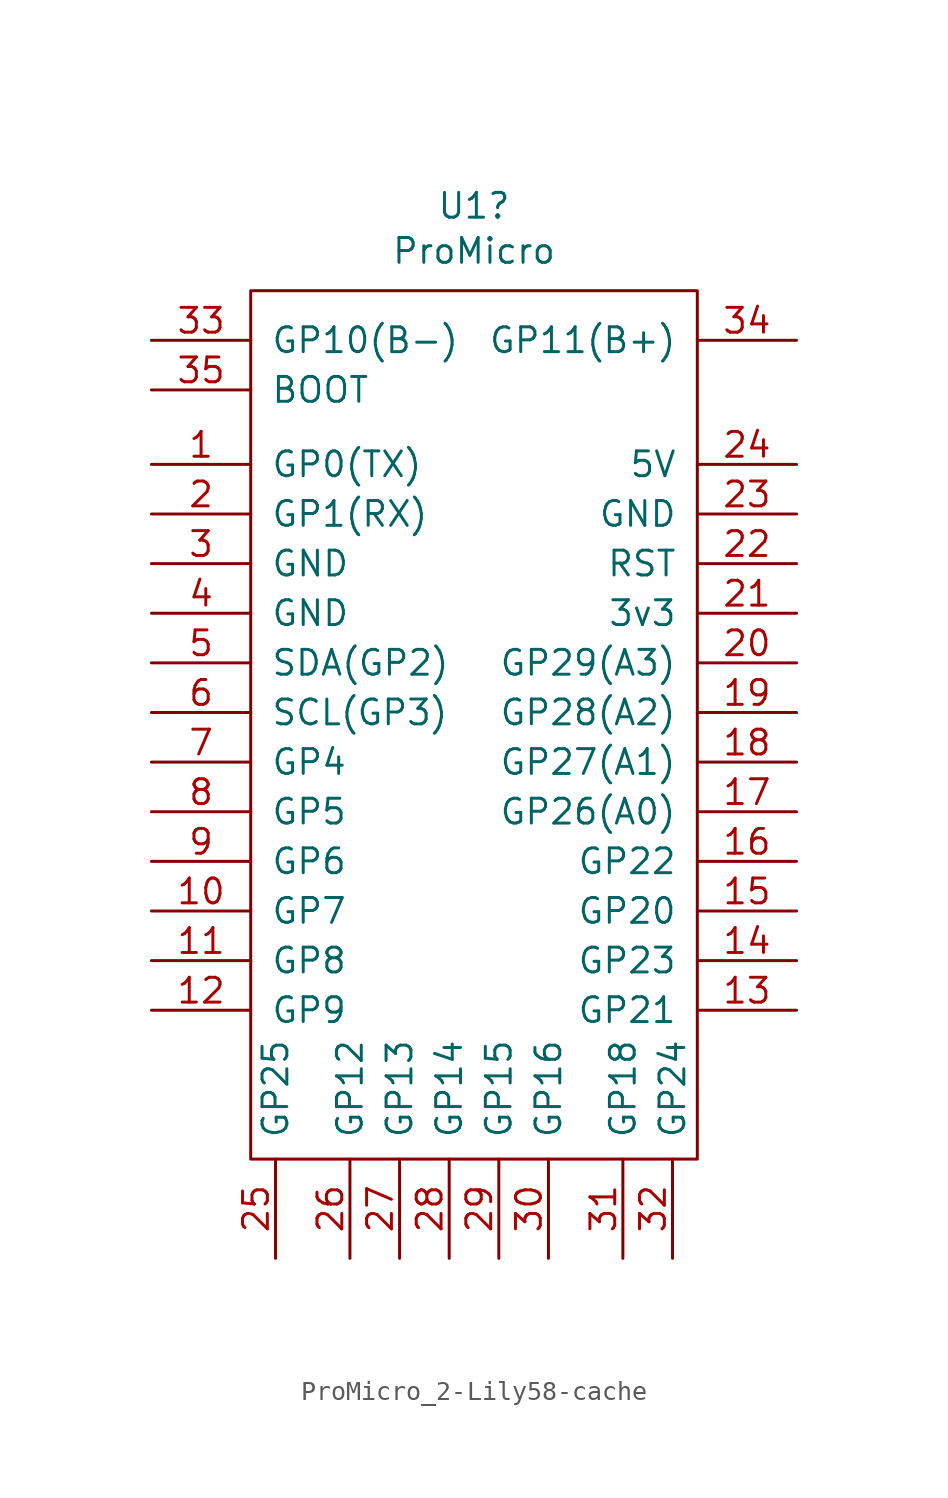
<source format=kicad_sym>
(kicad_symbol_lib
  (version 20241209)
  (generator "kicad_symbol_editor")
  (generator_version "9.0")
  (symbol "ProMicro_2-Lily58-cache"
    (pin_names
      (offset 1.016))
    (property "Reference" "U1"
      (at 0 27.203 0)
      (effects (font (size 1.27 1.27))))
    (property "Value" "ProMicro"
      (at 0 24.892 0)
      (effects (font (size 1.27 1.27))))
    (symbol "ProMicro_2-Lily58-cache_0_1"
      (rectangle (start -11.43 22.86) (end 11.43 -21.59) (stroke (width 0) (type solid)) (fill (type none))))
    (symbol "ProMicro_2-Lily58-cache_1_1"
      (pin input line (at -16.51 20.32 0) (length 5.08) (name "GP10(B-)" (effects (font (size 1.27 1.27)))) (number "33" (effects (font (size 1.27 1.27)))))
      (pin input line (at -16.51 17.78 0) (length 5.08) (name "BOOT" (effects (font (size 1.27 1.27)))) (number "35" (effects (font (size 1.27 1.27)))))
      (pin input line (at -16.51 13.97 0) (length 5.08) (name "GP0(TX)" (effects (font (size 1.27 1.27)))) (number "1" (effects (font (size 1.27 1.27)))))
      (pin input line (at -16.51 11.43 0) (length 5.08) (name "GP1(RX)" (effects (font (size 1.27 1.27)))) (number "2" (effects (font (size 1.27 1.27)))))
      (pin input line (at -16.51 8.89 0) (length 5.08) (name "GND" (effects (font (size 1.27 1.27)))) (number "3" (effects (font (size 1.27 1.27)))))
      (pin input line (at -16.51 6.35 0) (length 5.08) (name "GND" (effects (font (size 1.27 1.27)))) (number "4" (effects (font (size 1.27 1.27)))))
      (pin input line (at -16.51 3.81 0) (length 5.08) (name "SDA(GP2)" (effects (font (size 1.27 1.27)))) (number "5" (effects (font (size 1.27 1.27)))))
      (pin input line (at -16.51 1.27 0) (length 5.08) (name "SCL(GP3)" (effects (font (size 1.27 1.27)))) (number "6" (effects (font (size 1.27 1.27)))))
      (pin input line (at -16.51 -1.27 0) (length 5.08) (name "GP4" (effects (font (size 1.27 1.27)))) (number "7" (effects (font (size 1.27 1.27)))))
      (pin input line (at -16.51 -3.81 0) (length 5.08) (name "GP5" (effects (font (size 1.27 1.27)))) (number "8" (effects (font (size 1.27 1.27)))))
      (pin input line (at -16.51 -6.35 0) (length 5.08) (name "GP6" (effects (font (size 1.27 1.27)))) (number "9" (effects (font (size 1.27 1.27)))))
      (pin input line (at -16.51 -8.89 0) (length 5.08) (name "GP7" (effects (font (size 1.27 1.27)))) (number "10" (effects (font (size 1.27 1.27)))))
      (pin input line (at -16.51 -11.43 0) (length 5.08) (name "GP8" (effects (font (size 1.27 1.27)))) (number "11" (effects (font (size 1.27 1.27)))))
      (pin input line (at -16.51 -13.97 0) (length 5.08) (name "GP9" (effects (font (size 1.27 1.27)))) (number "12" (effects (font (size 1.27 1.27)))))
      (pin input line (at -10.16 -26.67 90) (length 5.08) (name "GP25" (effects (font (size 1.27 1.27)))) (number "25" (effects (font (size 1.27 1.27)))))
      (pin input line (at -6.35 -26.67 90) (length 5.08) (name "GP12" (effects (font (size 1.27 1.27)))) (number "26" (effects (font (size 1.27 1.27)))))
      (pin input line (at -3.81 -26.67 90) (length 5.08) (name "GP13" (effects (font (size 1.27 1.27)))) (number "27" (effects (font (size 1.27 1.27)))))
      (pin input line (at -1.27 -26.67 90) (length 5.08) (name "GP14" (effects (font (size 1.27 1.27)))) (number "28" (effects (font (size 1.27 1.27)))))
      (pin input line (at 1.27 -26.67 90) (length 5.08) (name "GP15" (effects (font (size 1.27 1.27)))) (number "29" (effects (font (size 1.27 1.27)))))
      (pin input line (at 3.81 -26.67 90) (length 5.08) (name "GP16" (effects (font (size 1.27 1.27)))) (number "30" (effects (font (size 1.27 1.27)))))
      (pin input line (at 7.62 -26.67 90) (length 5.08) (name "GP18" (effects (font (size 1.27 1.27)))) (number "31" (effects (font (size 1.27 1.27)))))
      (pin input line (at 10.16 -26.67 90) (length 5.08) (name "GP24" (effects (font (size 1.27 1.27)))) (number "32" (effects (font (size 1.27 1.27)))))
      (pin input line (at 16.51 20.32 180) (length 5.08) (name "GP11(B+)" (effects (font (size 1.27 1.27)))) (number "34" (effects (font (size 1.27 1.27)))))
      (pin input line (at 16.51 13.97 180) (length 5.08) (name "5V" (effects (font (size 1.27 1.27)))) (number "24" (effects (font (size 1.27 1.27)))))
      (pin input line (at 16.51 11.43 180) (length 5.08) (name "GND" (effects (font (size 1.27 1.27)))) (number "23" (effects (font (size 1.27 1.27)))))
      (pin input line (at 16.51 8.89 180) (length 5.08) (name "RST" (effects (font (size 1.27 1.27)))) (number "22" (effects (font (size 1.27 1.27)))))
      (pin input line (at 16.51 6.35 180) (length 5.08) (name "3v3" (effects (font (size 1.27 1.27)))) (number "21" (effects (font (size 1.27 1.27)))))
      (pin input line (at 16.51 3.81 180) (length 5.08) (name "GP29(A3)" (effects (font (size 1.27 1.27)))) (number "20" (effects (font (size 1.27 1.27)))))
      (pin input line (at 16.51 1.27 180) (length 5.08) (name "GP28(A2)" (effects (font (size 1.27 1.27)))) (number "19" (effects (font (size 1.27 1.27)))))
      (pin input line (at 16.51 -1.27 180) (length 5.08) (name "GP27(A1)" (effects (font (size 1.27 1.27)))) (number "18" (effects (font (size 1.27 1.27)))))
      (pin input line (at 16.51 -3.81 180) (length 5.08) (name "GP26(A0)" (effects (font (size 1.27 1.27)))) (number "17" (effects (font (size 1.27 1.27)))))
      (pin input line (at 16.51 -6.35 180) (length 5.08) (name "GP22" (effects (font (size 1.27 1.27)))) (number "16" (effects (font (size 1.27 1.27)))))
      (pin input line (at 16.51 -8.89 180) (length 5.08) (name "GP20" (effects (font (size 1.27 1.27)))) (number "15" (effects (font (size 1.27 1.27)))))
      (pin input line (at 16.51 -11.43 180) (length 5.08) (name "GP23" (effects (font (size 1.27 1.27)))) (number "14" (effects (font (size 1.27 1.27)))))
      (pin input line (at 16.51 -13.97 180) (length 5.08) (name "GP21" (effects (font (size 1.27 1.27)))) (number "13" (effects (font (size 1.27 1.27))))))))
</source>
